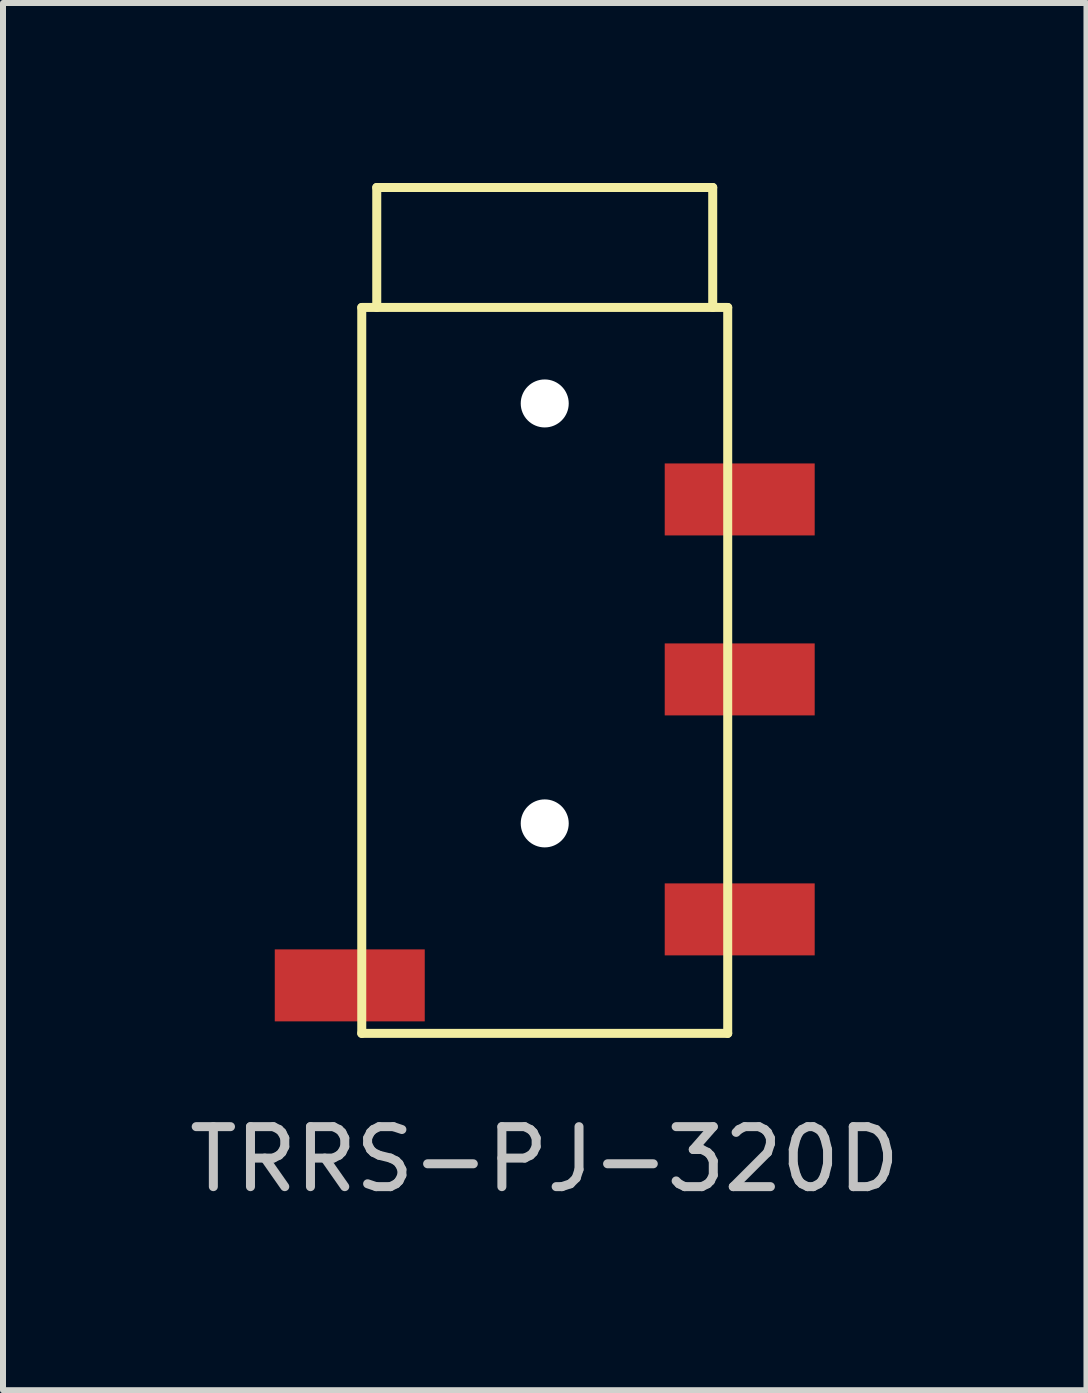
<source format=kicad_pcb>
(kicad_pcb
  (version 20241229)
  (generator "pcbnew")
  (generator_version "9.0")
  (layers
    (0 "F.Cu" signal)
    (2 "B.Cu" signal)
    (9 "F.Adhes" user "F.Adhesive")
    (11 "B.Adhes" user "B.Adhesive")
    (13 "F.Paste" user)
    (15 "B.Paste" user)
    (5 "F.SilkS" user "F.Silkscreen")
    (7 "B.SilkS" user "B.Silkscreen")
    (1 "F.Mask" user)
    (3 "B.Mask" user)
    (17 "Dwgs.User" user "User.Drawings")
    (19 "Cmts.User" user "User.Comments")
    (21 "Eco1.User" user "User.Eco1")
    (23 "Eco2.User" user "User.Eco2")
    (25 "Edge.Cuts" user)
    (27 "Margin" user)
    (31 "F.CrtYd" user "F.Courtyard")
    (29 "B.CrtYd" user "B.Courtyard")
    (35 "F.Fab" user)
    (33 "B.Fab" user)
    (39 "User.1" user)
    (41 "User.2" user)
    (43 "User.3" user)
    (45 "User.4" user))
  (footprint "TRRS-PJ-320D"
    (layer "F.Cu")
    (at 6.03 2.075)
    (property "Reference" "TRRS-PJ-320D" (at 0 14.2 0) (layer "Dwgs.User") (effects (font (size 1 1) (thickness 0.15))))
    (attr through_hole)
    (fp_line (start -3.05 0) (end -3.05 12.1) (stroke (width 0.15) (type solid)) (layer "F.SilkS"))
    (fp_line (start -2.8 0) (end -2.8 -2) (stroke (width 0.15) (type solid)) (layer "F.SilkS"))
    (fp_line (start 2.8 -2) (end -2.8 -2) (stroke (width 0.15) (type solid)) (layer "F.SilkS"))
    (fp_line (start 2.8 0) (end 2.8 -2) (stroke (width 0.15) (type solid)) (layer "F.SilkS"))
    (fp_line (start 3.05 0) (end -3.05 0) (stroke (width 0.15) (type solid)) (layer "F.SilkS"))
    (fp_line (start 3.05 0) (end 3.05 12.1) (stroke (width 0.15) (type solid)) (layer "F.SilkS"))
    (fp_line (start 3.05 12.1) (end -3.05 12.1) (stroke (width 0.15) (type solid)) (layer "F.SilkS"))
    (pad "" np_thru_hole circle (at 0 1.6) (size 0.8 0.8) (drill 0.8) (layers "*.Cu" "*.Mask"))
    (pad "" np_thru_hole circle (at 0 8.6) (size 0.8 0.8) (drill 0.8) (layers "*.Cu" "*.Mask"))
    (pad "R1" smd rect (at 3.25 10.2) (size 2.5 1.2) (layers "F.Cu" "F.Mask" "F.Paste"))
    (pad "R2" smd rect (at 3.25 6.2) (size 2.5 1.2) (layers "F.Cu" "F.Mask" "F.Paste"))
    (pad "S" smd rect (at 3.25 3.2) (size 2.5 1.2) (layers "F.Cu" "F.Mask" "F.Paste"))
    (pad "T" smd rect (at -3.25 11.3) (size 2.5 1.2) (layers "F.Cu" "F.Mask" "F.Paste")))
  (gr_rect
    (start -3 -3)
    (end 15.06 20.123)
    (stroke (width 0.1) (type default))
    (fill no)
    (layer "Edge.Cuts")))
</source>
